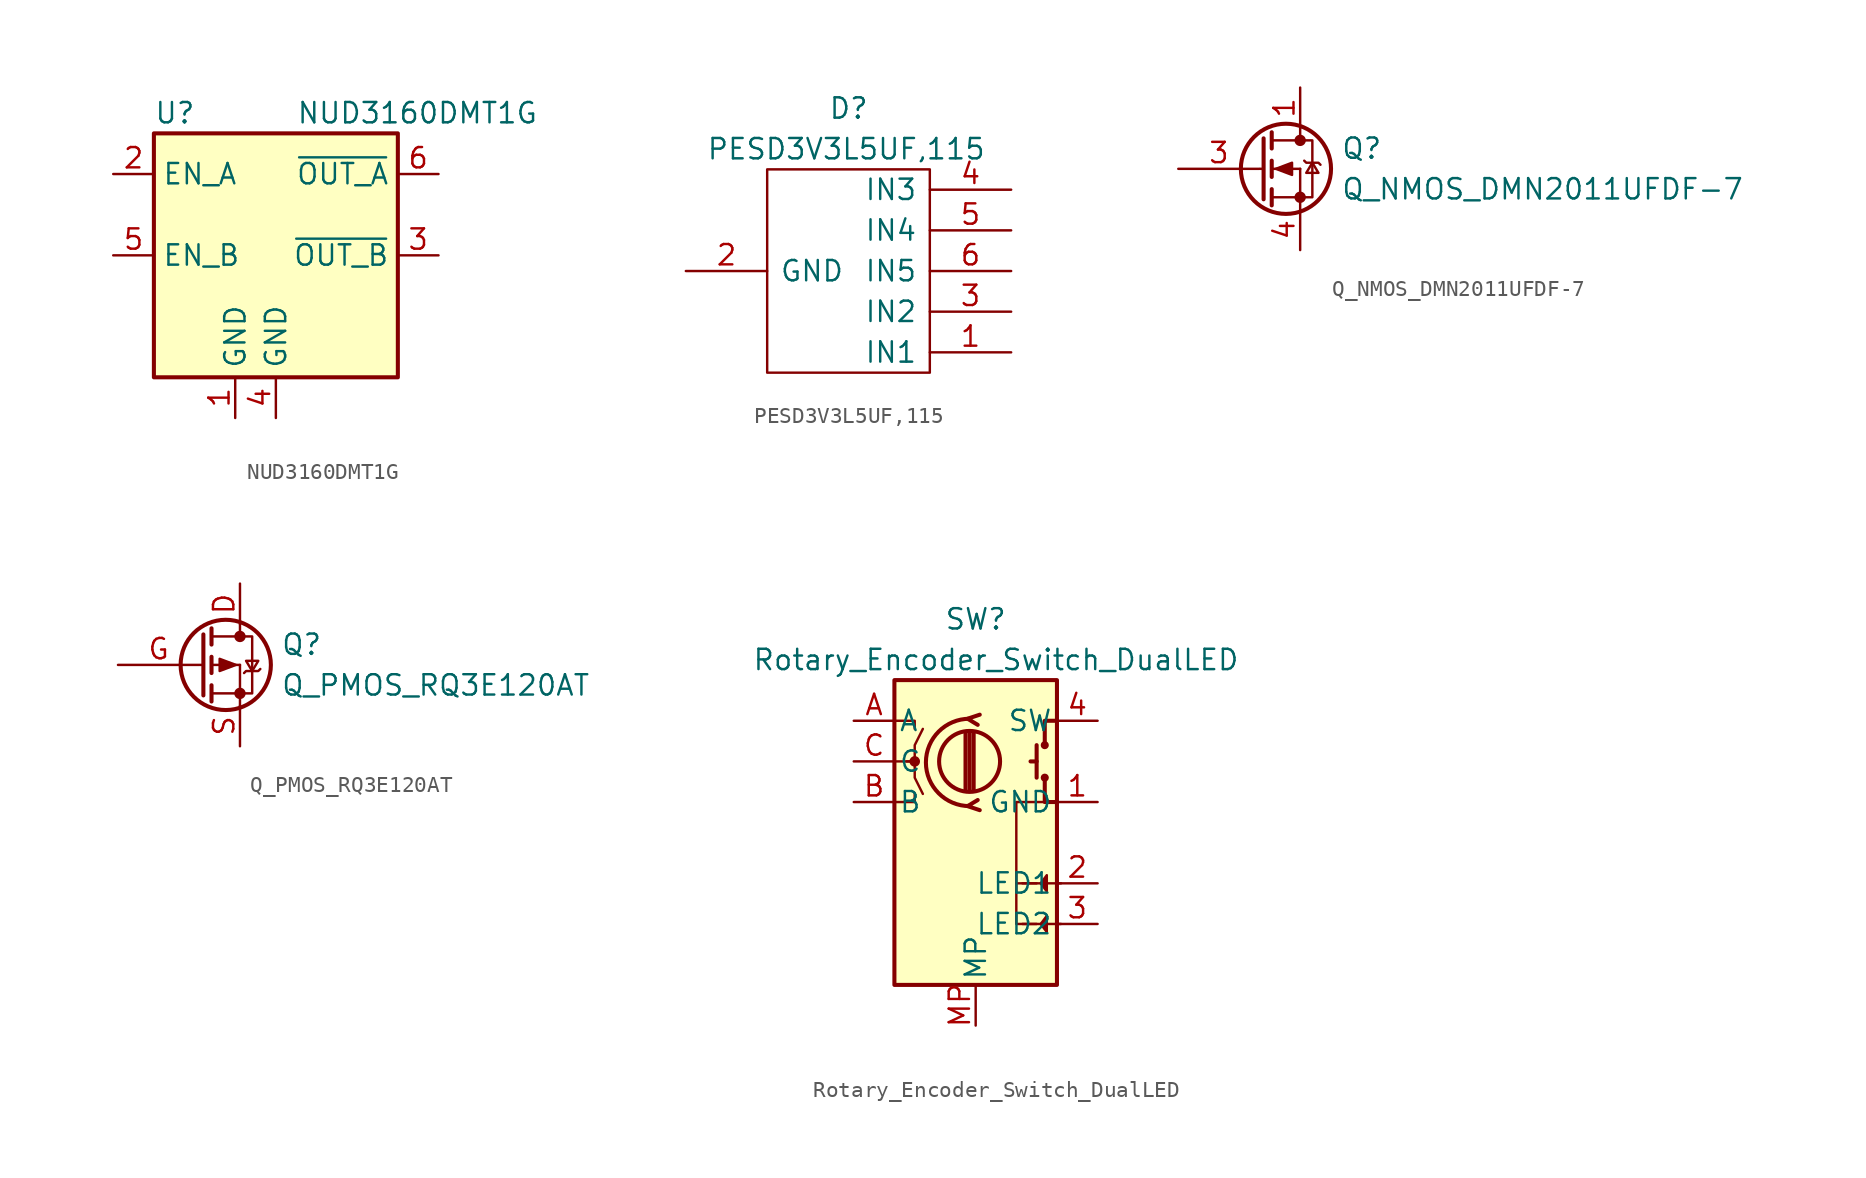
<source format=kicad_sym>
(kicad_symbol_lib
  (version 20220914)
  (generator kicad_symbol_editor)
  (symbol "NUD3160DMT1G"
    (property "Reference" "U"
      (at -7.62 8.89 0)
      (effects (font (size 1.27 1.27)) (justify left)))
    (property "Value" "NUD3160DMT1G"
      (at 1.27 8.89 0)
      (effects (font (size 1.27 1.27)) (justify left)))
    (symbol "NUD3160DMT1G_0_1"
      (rectangle (start -7.62 -7.62) (end 7.62 7.62) (stroke (width 0.254) (type default)) (fill (type background))))
    (symbol "NUD3160DMT1G_1_1"
      (pin power_in line (at -2.54 -10.16 90) (length 2.54) (name "GND" (effects (font (size 1.27 1.27)))) (number "1" (effects (font (size 1.27 1.27)))))
      (pin input line (at -10.16 5.08 0) (length 2.54) (name "EN_A" (effects (font (size 1.27 1.27)))) (number "2" (effects (font (size 1.27 1.27)))))
      (pin output line (at 10.16 0 180) (length 2.54) (name "~{OUT_B}" (effects (font (size 1.27 1.27)))) (number "3" (effects (font (size 1.27 1.27)))))
      (pin power_in line (at 0 -10.16 90) (length 2.54) (name "GND" (effects (font (size 1.27 1.27)))) (number "4" (effects (font (size 1.27 1.27)))))
      (pin input line (at -10.16 0 0) (length 2.54) (name "EN_B" (effects (font (size 1.27 1.27)))) (number "5" (effects (font (size 1.27 1.27)))))
      (pin output line (at 10.16 5.08 180) (length 2.54) (name "~{OUT_A}" (effects (font (size 1.27 1.27)))) (number "6" (effects (font (size 1.27 1.27)))))))
  (symbol "PESD3V3L5UF,115"
    (pin_names
      (offset 0.762))
    (property "Reference" "D"
      (at 27.94 21.59 0)
      (effects (font (size 1.27 1.27)) (justify left)))
    (property "Value" "PESD3V3L5UF,115"
      (at 20.32 19.05 0)
      (effects (font (size 1.27 1.27)) (justify left)))
    (symbol "PESD3V3L5UF,115_0_0"
      (pin passive line (at 39.37 6.35 180) (length 5.08) (name "IN1" (effects (font (size 1.27 1.27)))) (number "1" (effects (font (size 1.27 1.27)))))
      (pin passive line (at 19.05 11.43 0) (length 5.08) (name "GND" (effects (font (size 1.27 1.27)))) (number "2" (effects (font (size 1.27 1.27)))))
      (pin passive line (at 39.37 8.89 180) (length 5.08) (name "IN2" (effects (font (size 1.27 1.27)))) (number "3" (effects (font (size 1.27 1.27)))))
      (pin passive line (at 39.37 16.51 180) (length 5.08) (name "IN3" (effects (font (size 1.27 1.27)))) (number "4" (effects (font (size 1.27 1.27)))))
      (pin passive line (at 39.37 13.97 180) (length 5.08) (name "IN4" (effects (font (size 1.27 1.27)))) (number "5" (effects (font (size 1.27 1.27)))))
      (pin passive line (at 39.37 11.43 180) (length 5.08) (name "IN5" (effects (font (size 1.27 1.27)))) (number "6" (effects (font (size 1.27 1.27))))))
    (symbol "PESD3V3L5UF,115_0_1"
      (rectangle (start 34.29 17.78) (end 24.13 5.08) (stroke (width 0) (type default)) (fill (type none)))))
  (symbol "Q_NMOS_DMN2011UFDF-7"
    (pin_names
      (offset 0) hide)
    (property "Reference" "Q"
      (at 5.08 1.27 0)
      (effects (font (size 1.27 1.27)) (justify left)))
    (property "Value" "Q_NMOS_DMN2011UFDF-7"
      (at 5.08 -1.27 0)
      (effects (font (size 1.27 1.27)) (justify left)))
    (symbol "Q_NMOS_DMN2011UFDF-7_0_1"
      (polyline (pts (xy 0.051 0) (xy 0.254 0)) (stroke (width 0) (type default)) (fill (type none)))
      (polyline (pts (xy 0.762 -1.778) (xy 2.54 -1.778)) (stroke (width 0) (type default)) (fill (type none)))
      (polyline (pts (xy 0.762 -1.27) (xy 0.762 -2.286)) (stroke (width 0.254) (type default)) (fill (type none)))
      (polyline (pts (xy 0.762 0) (xy 2.54 0)) (stroke (width 0) (type default)) (fill (type none)))
      (polyline (pts (xy 0.762 0.508) (xy 0.762 -0.508)) (stroke (width 0.254) (type default)) (fill (type none)))
      (polyline (pts (xy 0.762 1.778) (xy 2.54 1.778)) (stroke (width 0) (type default)) (fill (type none)))
      (polyline (pts (xy 0.762 2.286) (xy 0.762 1.27)) (stroke (width 0.254) (type default)) (fill (type none)))
      (polyline (pts (xy 2.54 -1.778) (xy 2.54 -2.54)) (stroke (width 0) (type default)) (fill (type none)))
      (polyline (pts (xy 2.54 -1.778) (xy 2.54 0)) (stroke (width 0) (type default)) (fill (type none)))
      (polyline (pts (xy 2.54 2.54) (xy 2.54 1.778)) (stroke (width 0) (type default)) (fill (type none)))
      (polyline (pts (xy 0.254 1.905) (xy 0.254 -1.905) (xy 0.254 -1.905)) (stroke (width 0.254) (type default)) (fill (type none)))
      (polyline (pts (xy 1.016 0) (xy 2.032 0.381) (xy 2.032 -0.381) (xy 1.016 0)) (stroke (width 0) (type default)) (fill (type outline)))
      (polyline (pts (xy 2.54 -1.778) (xy 3.302 -1.778) (xy 3.302 1.778) (xy 2.54 1.778)) (stroke (width 0) (type default)) (fill (type none)))
      (polyline (pts (xy 2.794 0.508) (xy 2.921 0.381) (xy 3.683 0.381) (xy 3.81 0.254)) (stroke (width 0) (type default)) (fill (type none)))
      (polyline (pts (xy 3.302 0.381) (xy 2.921 -0.254) (xy 3.683 -0.254) (xy 3.302 0.381)) (stroke (width 0) (type default)) (fill (type none)))
      (circle (center 1.651 0) (radius 2.819) (stroke (width 0.254) (type default)) (fill (type none)))
      (circle (center 2.54 -1.778) (radius 0.279) (stroke (width 0) (type default)) (fill (type outline)))
      (circle (center 2.54 1.778) (radius 0.279) (stroke (width 0) (type default)) (fill (type outline))))
    (symbol "Q_NMOS_DMN2011UFDF-7_1_1"
      (pin passive line (at 2.54 5.08 270) (length 2.54) (name "D" (effects (font (size 1.27 1.27)))) (number "1" (effects (font (size 1.27 1.27)))))
      (pin passive line (at 2.54 5.08 270) (length 2.54) hide (name "D" (effects (font (size 1.27 1.27)))) (number "2" (effects (font (size 1.27 1.27)))))
      (pin input line (at -5.08 0 0) (length 5.08) (name "G" (effects (font (size 1.27 1.27)))) (number "3" (effects (font (size 1.27 1.27)))))
      (pin passive line (at 2.54 -5.08 90) (length 2.54) (name "S" (effects (font (size 1.27 1.27)))) (number "4" (effects (font (size 1.27 1.27)))))
      (pin passive line (at 2.54 5.08 270) (length 2.54) hide (name "D" (effects (font (size 1.27 1.27)))) (number "5" (effects (font (size 1.27 1.27)))))
      (pin passive line (at 2.54 5.08 270) (length 2.54) hide (name "D" (effects (font (size 1.27 1.27)))) (number "6" (effects (font (size 1.27 1.27)))))
      (pin passive line (at 2.54 -5.08 90) (length 2.54) hide (name "S" (effects (font (size 1.27 1.27)))) (number "7" (effects (font (size 1.27 1.27)))))
      (pin passive line (at 2.54 5.08 270) (length 2.54) hide (name "D" (effects (font (size 1.27 1.27)))) (number "8" (effects (font (size 1.27 1.27)))))))
  (symbol "Q_PMOS_RQ3E120AT"
    (pin_names
      (offset 0) hide)
    (property "Reference" "Q"
      (at 5.08 1.27 0)
      (effects (font (size 1.27 1.27)) (justify left)))
    (property "Value" "Q_PMOS_RQ3E120AT"
      (at 5.08 -1.27 0)
      (effects (font (size 1.27 1.27)) (justify left)))
    (symbol "Q_PMOS_RQ3E120AT_0_1"
      (polyline (pts (xy 0.051 0) (xy 0.254 0)) (stroke (width 0) (type default)) (fill (type none)))
      (polyline (pts (xy 0.762 -1.778) (xy 2.54 -1.778)) (stroke (width 0) (type default)) (fill (type none)))
      (polyline (pts (xy 0.762 -1.27) (xy 0.762 -2.286)) (stroke (width 0.254) (type default)) (fill (type none)))
      (polyline (pts (xy 0.762 0) (xy 2.54 0)) (stroke (width 0) (type default)) (fill (type none)))
      (polyline (pts (xy 0.762 0.508) (xy 0.762 -0.508)) (stroke (width 0.254) (type default)) (fill (type none)))
      (polyline (pts (xy 0.762 1.778) (xy 2.54 1.778)) (stroke (width 0) (type default)) (fill (type none)))
      (polyline (pts (xy 0.762 2.286) (xy 0.762 1.27)) (stroke (width 0.254) (type default)) (fill (type none)))
      (polyline (pts (xy 2.54 -1.778) (xy 2.54 -2.54)) (stroke (width 0) (type default)) (fill (type none)))
      (polyline (pts (xy 2.54 -1.778) (xy 2.54 0)) (stroke (width 0) (type default)) (fill (type none)))
      (polyline (pts (xy 2.54 2.54) (xy 2.54 1.778)) (stroke (width 0) (type default)) (fill (type none)))
      (polyline (pts (xy 0.254 1.905) (xy 0.254 -1.905) (xy 0.254 -1.905)) (stroke (width 0.254) (type default)) (fill (type none)))
      (polyline (pts (xy 2.286 0) (xy 1.27 -0.381) (xy 1.27 0.381) (xy 2.286 0)) (stroke (width 0) (type default)) (fill (type outline)))
      (polyline (pts (xy 2.54 -1.778) (xy 3.302 -1.778) (xy 3.302 1.778) (xy 2.54 1.778)) (stroke (width 0) (type default)) (fill (type none)))
      (polyline (pts (xy 2.794 -0.508) (xy 2.921 -0.381) (xy 3.683 -0.381) (xy 3.81 -0.254)) (stroke (width 0) (type default)) (fill (type none)))
      (polyline (pts (xy 3.302 -0.381) (xy 2.921 0.254) (xy 3.683 0.254) (xy 3.302 -0.381)) (stroke (width 0) (type default)) (fill (type none)))
      (circle (center 1.651 0) (radius 2.819) (stroke (width 0.254) (type default)) (fill (type none)))
      (circle (center 2.54 -1.778) (radius 0.279) (stroke (width 0) (type default)) (fill (type outline)))
      (circle (center 2.54 1.778) (radius 0.279) (stroke (width 0) (type default)) (fill (type outline))))
    (symbol "Q_PMOS_RQ3E120AT_1_1"
      (pin passive line (at 2.54 5.08 270) (length 2.54) (name "D" (effects (font (size 1.27 1.27)))) (number "D" (effects (font (size 1.27 1.27)))))
      (pin input line (at -5.08 0 0) (length 5.08) (name "G" (effects (font (size 1.27 1.27)))) (number "G" (effects (font (size 1.27 1.27)))))
      (pin passive line (at 2.54 -5.08 90) (length 2.54) (name "S" (effects (font (size 1.27 1.27)))) (number "S" (effects (font (size 1.27 1.27)))))))
  (symbol "Rotary_Encoder_Switch_DualLED"
    (pin_names
      (offset 0.254))
    (property "Reference" "SW"
      (at 0 8.89 0)
      (effects (font (size 1.27 1.27))))
    (property "Value" "Rotary_Encoder_Switch_DualLED"
      (at 1.27 6.35 0)
      (effects (font (size 1.27 1.27))))
    (symbol "Rotary_Encoder_Switch_DualLED_0_1"
      (rectangle (start -5.08 5.08) (end 5.08 -13.97) (stroke (width 0.254) (type default)) (fill (type background)))
      (circle (center -3.81 0) (radius 0.254) (stroke (width 0) (type default)) (fill (type outline)))
      (circle (center -0.381 0) (radius 1.905) (stroke (width 0.254) (type default)) (fill (type none)))
      (arc (start -0.381 2.667) (mid -3.0988 -0.0635) (end -0.381 -2.794) (stroke (width 0.254) (type default)) (fill (type none)))
      (polyline (pts (xy -0.635 -1.778) (xy -0.635 1.778)) (stroke (width 0.254) (type default)) (fill (type none)))
      (polyline (pts (xy -0.381 -1.778) (xy -0.381 1.778)) (stroke (width 0.254) (type default)) (fill (type none)))
      (polyline (pts (xy -0.127 1.778) (xy -0.127 -1.778)) (stroke (width 0.254) (type default)) (fill (type none)))
      (polyline (pts (xy 3.81 -7.62) (xy 2.54 -7.62)) (stroke (width 0) (type default)) (fill (type none)))
      (polyline (pts (xy 3.81 0) (xy 3.429 0)) (stroke (width 0.254) (type default)) (fill (type none)))
      (polyline (pts (xy 3.81 1.016) (xy 3.81 -1.016)) (stroke (width 0.254) (type default)) (fill (type none)))
      (polyline (pts (xy 5.334 -10.16) (xy 2.921 -10.16)) (stroke (width 0) (type default)) (fill (type none)))
      (polyline (pts (xy -5.08 -2.54) (xy -3.81 -2.54) (xy -3.81 -2.032)) (stroke (width 0) (type default)) (fill (type none)))
      (polyline (pts (xy -5.08 2.54) (xy -3.81 2.54) (xy -3.81 2.032)) (stroke (width 0) (type default)) (fill (type none)))
      (polyline (pts (xy 0.254 -3.048) (xy -0.508 -2.794) (xy 0.127 -2.413)) (stroke (width 0.254) (type default)) (fill (type none)))
      (polyline (pts (xy 0.254 2.921) (xy -0.508 2.667) (xy 0.127 2.286)) (stroke (width 0.254) (type default)) (fill (type none)))
      (polyline (pts (xy 5.08 -2.54) (xy 4.318 -2.54) (xy 4.318 -1.016)) (stroke (width 0.254) (type default)) (fill (type none)))
      (polyline (pts (xy 5.08 2.54) (xy 4.318 2.54) (xy 4.318 1.016)) (stroke (width 0.254) (type default)) (fill (type none)))
      (polyline (pts (xy -5.08 0) (xy -3.81 0) (xy -3.81 -1.016) (xy -3.302 -2.032)) (stroke (width 0) (type default)) (fill (type none)))
      (polyline (pts (xy -4.318 0) (xy -3.81 0) (xy -3.81 1.016) (xy -3.302 2.032)) (stroke (width 0) (type default)) (fill (type none)))
      (polyline (pts (xy 5.08 -2.54) (xy 2.54 -2.54) (xy 2.54 -10.16) (xy 3.81 -10.16)) (stroke (width 0) (type default)) (fill (type none)))
      (circle (center 4.318 -1.016) (radius 0.127) (stroke (width 0.254) (type default)) (fill (type none)))
      (circle (center 4.318 1.016) (radius 0.127) (stroke (width 0.254) (type default)) (fill (type none))))
    (symbol "Rotary_Encoder_Switch_DualLED_1_1"
      (polyline (pts (xy 5.334 -7.62) (xy 2.921 -7.62)) (stroke (width 0) (type default)) (fill (type none)))
      (polyline (pts (xy 4.445 -10.16) (xy 4.445 -10.668) (xy 4.064 -10.16) (xy 4.445 -10.414) (xy 4.445 -10.287) (xy 4.318 -10.16)) (stroke (width 0) (type default)) (fill (type none)))
      (polyline (pts (xy 4.445 -10.16) (xy 4.445 -9.652) (xy 4.064 -10.16) (xy 4.445 -9.906) (xy 4.445 -10.033) (xy 4.318 -10.16)) (stroke (width 0) (type default)) (fill (type none)))
      (polyline (pts (xy 4.445 -7.62) (xy 4.445 -8.128) (xy 4.064 -7.62) (xy 4.445 -7.874) (xy 4.445 -7.747) (xy 4.318 -7.62)) (stroke (width 0) (type default)) (fill (type none)))
      (polyline (pts (xy 4.445 -7.62) (xy 4.445 -7.112) (xy 4.064 -7.62) (xy 4.445 -7.366) (xy 4.445 -7.493) (xy 4.318 -7.62)) (stroke (width 0) (type default)) (fill (type none)))
      (pin power_in line (at 7.62 -2.54 180) (length 2.54) (name "GND" (effects (font (size 1.27 1.27)))) (number "1" (effects (font (size 1.27 1.27)))))
      (pin input line (at 7.62 -7.62 180) (length 2.54) (name "LED1" (effects (font (size 1.27 1.27)))) (number "2" (effects (font (size 1.27 1.27)))))
      (pin input line (at 7.62 -10.16 180) (length 2.54) (name "LED2" (effects (font (size 1.27 1.27)))) (number "3" (effects (font (size 1.27 1.27)))))
      (pin passive line (at 7.62 2.54 180) (length 2.54) (name "SW" (effects (font (size 1.27 1.27)))) (number "4" (effects (font (size 1.27 1.27)))))
      (pin output line (at -7.62 2.54 0) (length 2.54) (name "A" (effects (font (size 1.27 1.27)))) (number "A" (effects (font (size 1.27 1.27)))))
      (pin output line (at -7.62 -2.54 0) (length 2.54) (name "B" (effects (font (size 1.27 1.27)))) (number "B" (effects (font (size 1.27 1.27)))))
      (pin passive line (at -7.62 0 0) (length 2.54) (name "C" (effects (font (size 1.27 1.27)))) (number "C" (effects (font (size 1.27 1.27)))))
      (pin passive line (at 0 -16.51 90) (length 2.54) (name "MP" (effects (font (size 1.27 1.27)))) (number "MP" (effects (font (size 1.27 1.27))))))))
</source>
